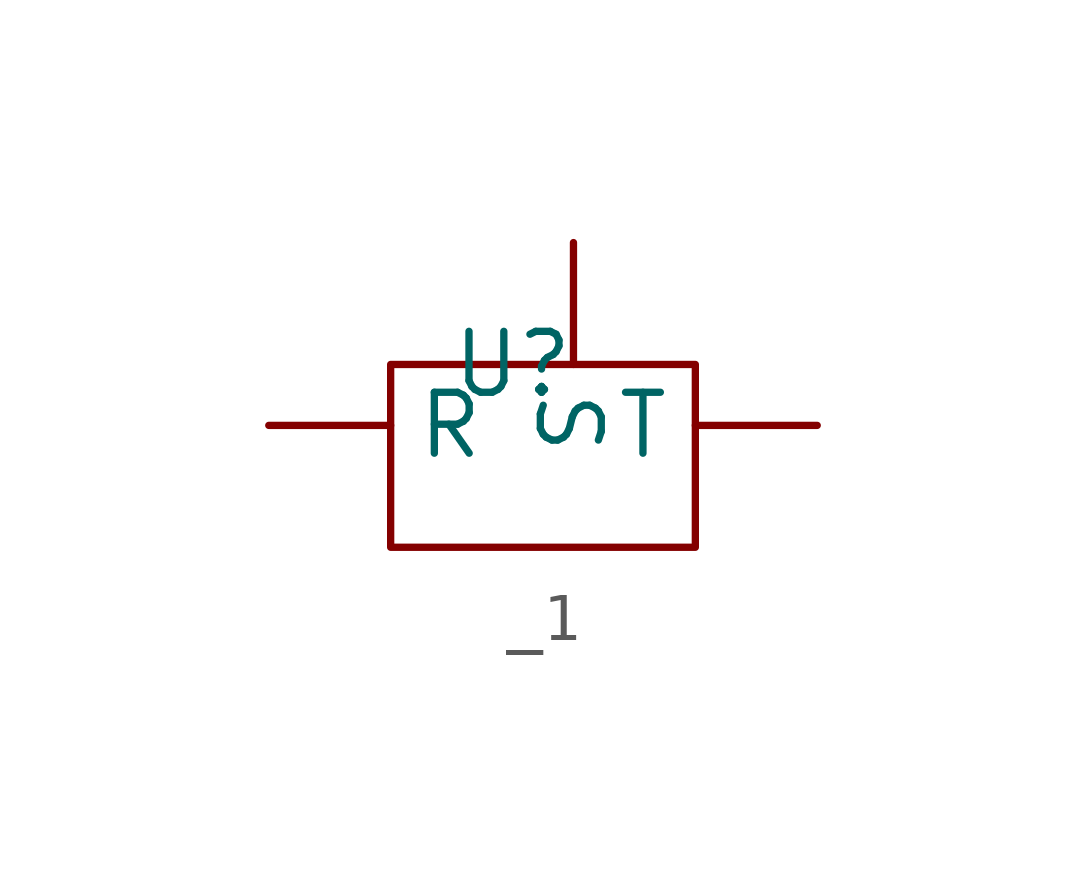
<source format=kicad_sym>
(kicad_symbol_lib
  (version 20241209)
  (generator "kicad_symbol_editor")
  (generator_version "9.0")
  (symbol "_1"
    (property "Reference" "U"
      (at 0 0 0)
      (effects (font (size 1.27 1.27))))
    (property "Value" ""
      (at 0 0 0)
      (effects (font (size 1.27 1.27))))
    (symbol "_1_0_0"
      (pin power_out line (at -5.08 -1.27 0) (length 2.54) (name "R" (effects (font (size 1.27 1.27)))) (number "" (effects (font (size 1.27 1.27)))))
      (pin passive line (at 1.27 2.54 270) (length 2.54) (name "S" (effects (font (size 1.27 1.27)))) (number "" (effects (font (size 1.27 1.27)))))
      (pin power_out line (at 6.35 -1.27 180) (length 2.54) (name "T" (effects (font (size 1.27 1.27)))) (number "" (effects (font (size 1.27 1.27))))))
    (symbol "_1_0_1"
      (rectangle (start -2.54 0) (end 3.81 -3.81) (stroke (width 0) (type default)) (fill (type none))))))
</source>
